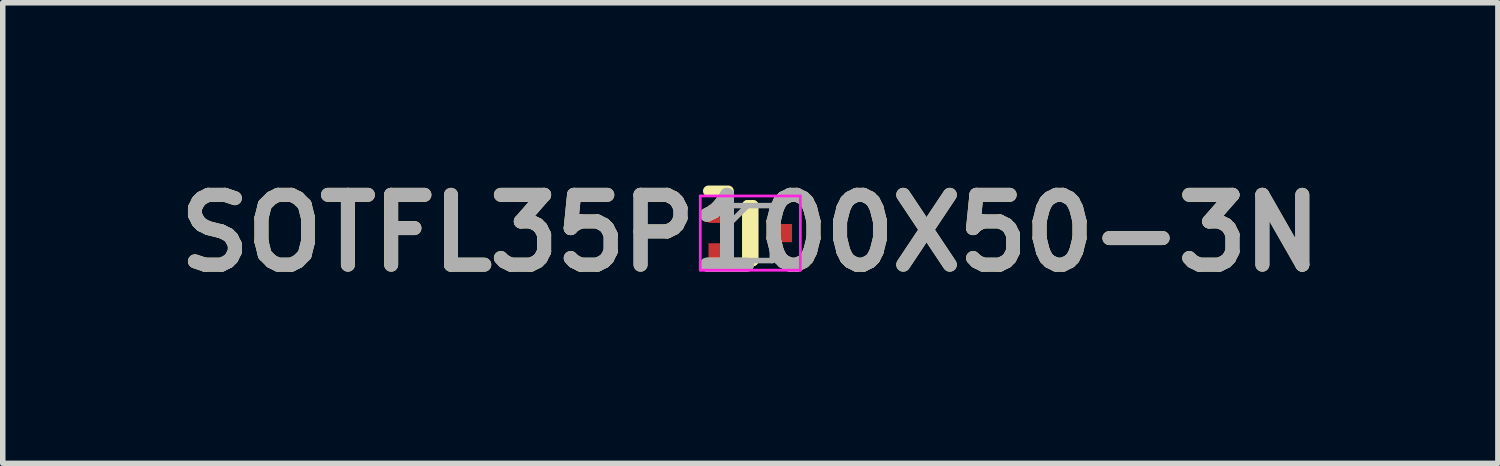
<source format=kicad_pcb>
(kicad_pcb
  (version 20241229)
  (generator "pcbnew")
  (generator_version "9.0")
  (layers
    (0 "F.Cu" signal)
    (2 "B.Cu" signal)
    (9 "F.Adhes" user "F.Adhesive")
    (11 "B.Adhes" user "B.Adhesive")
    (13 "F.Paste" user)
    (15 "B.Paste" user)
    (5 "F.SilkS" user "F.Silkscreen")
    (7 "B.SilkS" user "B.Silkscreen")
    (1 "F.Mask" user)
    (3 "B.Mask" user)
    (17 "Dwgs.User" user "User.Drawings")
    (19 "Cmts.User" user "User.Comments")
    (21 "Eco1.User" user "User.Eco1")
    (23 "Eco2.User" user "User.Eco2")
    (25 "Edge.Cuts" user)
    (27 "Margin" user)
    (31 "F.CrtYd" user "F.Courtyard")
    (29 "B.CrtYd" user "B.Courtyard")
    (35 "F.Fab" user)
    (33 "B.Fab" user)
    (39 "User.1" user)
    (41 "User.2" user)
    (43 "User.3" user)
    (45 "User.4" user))
  (footprint "SOTFL35P100X50-3N"
    (layer "F.Cu")
    (at 10.595 1.189)
    (property "Reference" "SOTFL35P100X50-3N" (at 0 0 0) (layer "F.SilkS") (effects (font (size 1.27 1.27) (thickness 0.254))))
    (attr smd)
    (fp_line (start -0.76 -0.765) (end -0.4 -0.765) (stroke (width 0.2) (type solid)) (layer "F.SilkS"))
    (fp_line (start -0.05 -0.5) (end 0.05 -0.5) (stroke (width 0.2) (type solid)) (layer "F.SilkS"))
    (fp_line (start -0.05 0.5) (end -0.05 -0.5) (stroke (width 0.2) (type solid)) (layer "F.SilkS"))
    (fp_line (start 0.05 -0.5) (end 0.05 0.5) (stroke (width 0.2) (type solid)) (layer "F.SilkS"))
    (fp_line (start 0.05 0.5) (end -0.05 0.5) (stroke (width 0.2) (type solid)) (layer "F.SilkS"))
    (fp_line (start -0.91 -0.675) (end 0.91 -0.675) (stroke (width 0.05) (type solid)) (layer "F.CrtYd"))
    (fp_line (start -0.91 0.675) (end -0.91 -0.675) (stroke (width 0.05) (type solid)) (layer "F.CrtYd"))
    (fp_line (start 0.91 -0.675) (end 0.91 0.675) (stroke (width 0.05) (type solid)) (layer "F.CrtYd"))
    (fp_line (start 0.91 0.675) (end -0.91 0.675) (stroke (width 0.05) (type solid)) (layer "F.CrtYd"))
    (fp_line (start -0.4 -0.5) (end 0.4 -0.5) (stroke (width 0.1) (type solid)) (layer "F.Fab"))
    (fp_line (start -0.4 -0.15) (end -0.05 -0.5) (stroke (width 0.1) (type solid)) (layer "F.Fab"))
    (fp_line (start -0.4 0.5) (end -0.4 -0.5) (stroke (width 0.1) (type solid)) (layer "F.Fab"))
    (fp_line (start 0.4 -0.5) (end 0.4 0.5) (stroke (width 0.1) (type solid)) (layer "F.Fab"))
    (fp_line (start 0.4 0.5) (end -0.4 0.5) (stroke (width 0.1) (type solid)) (layer "F.Fab"))
    (fp_text user "${REFERENCE}" (at 0 0 0) (layer "F.Fab") (effects (font (size 1.27 1.27) (thickness 0.254))))
    (pad "1" smd rect (at -0.58 -0.35 90) (size 0.33 0.36) (layers "F.Cu" "F.Mask" "F.Paste"))
    (pad "2" smd rect (at -0.58 0.35 90) (size 0.33 0.36) (layers "F.Cu" "F.Mask" "F.Paste"))
    (pad "3" smd rect (at 0.58 0 90) (size 0.33 0.36) (layers "F.Cu" "F.Mask" "F.Paste")))
  (gr_rect
    (start -3 -3)
    (end 24.191 5.377)
    (stroke (width 0.1) (type default))
    (fill no)
    (layer "Edge.Cuts")))
</source>
